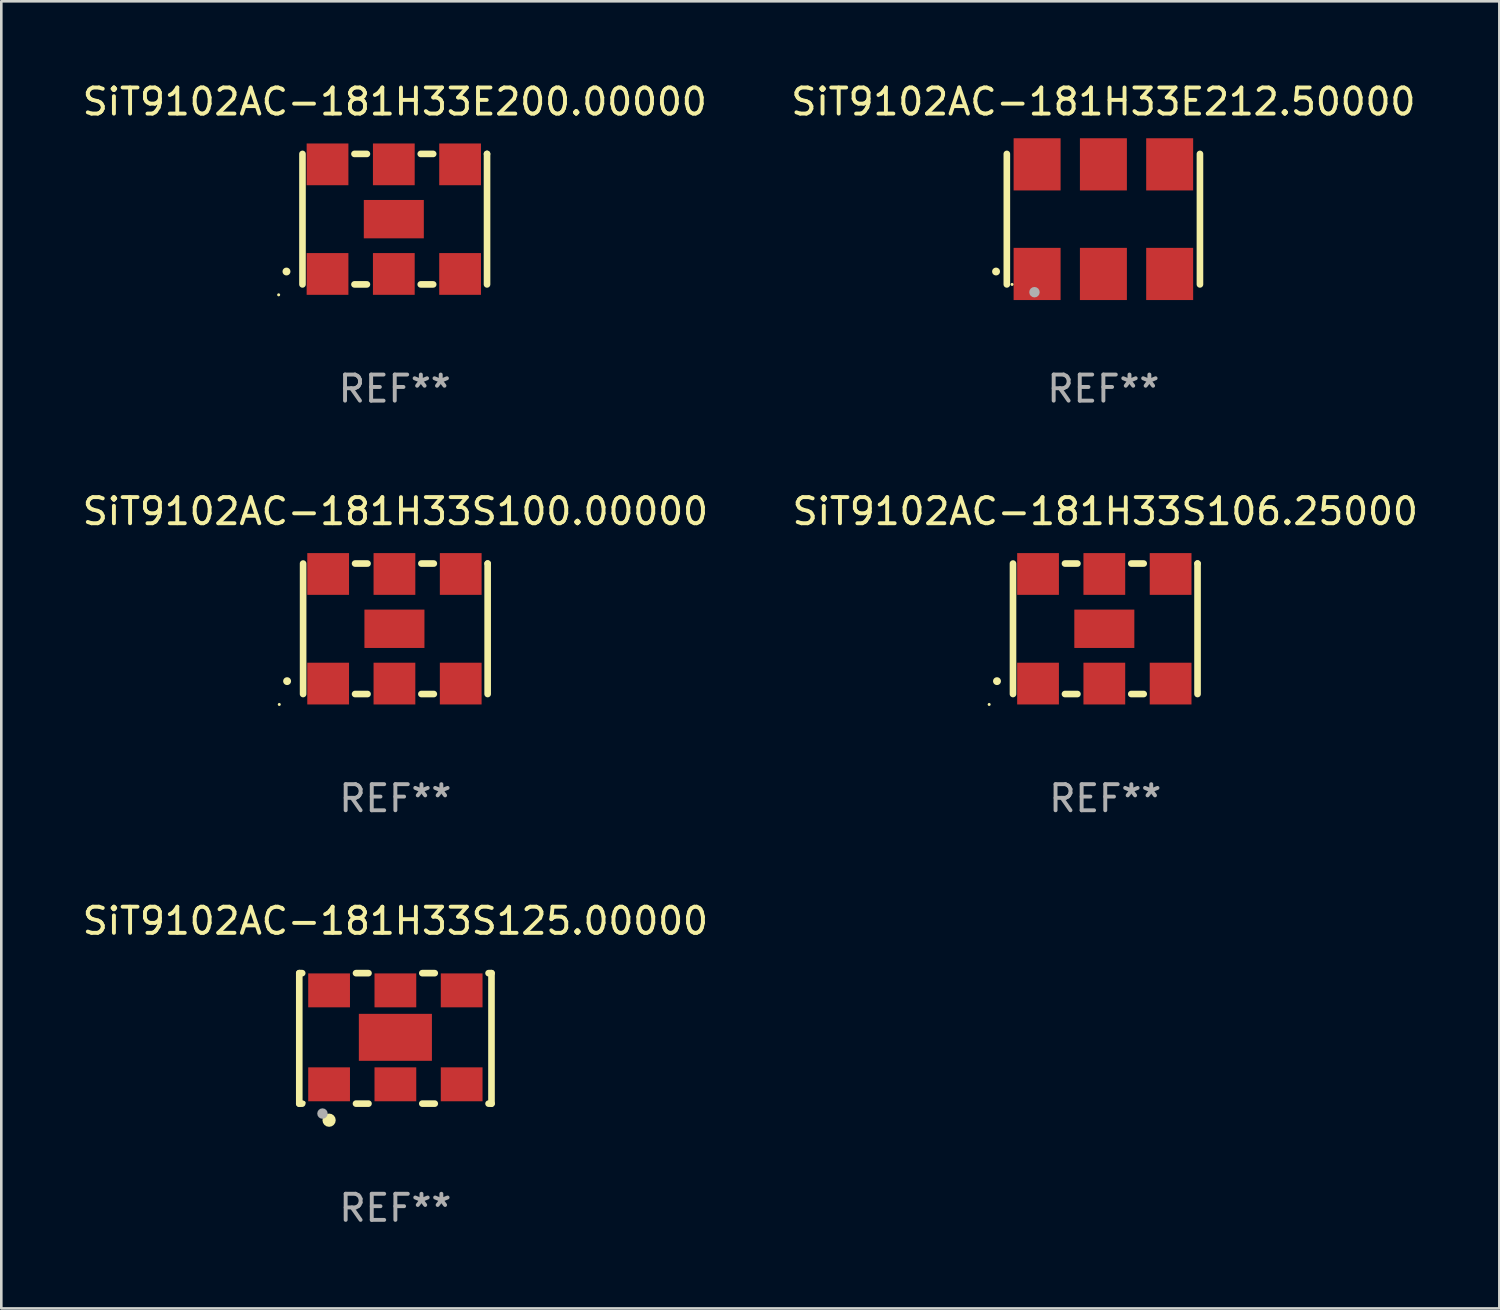
<source format=kicad_pcb>
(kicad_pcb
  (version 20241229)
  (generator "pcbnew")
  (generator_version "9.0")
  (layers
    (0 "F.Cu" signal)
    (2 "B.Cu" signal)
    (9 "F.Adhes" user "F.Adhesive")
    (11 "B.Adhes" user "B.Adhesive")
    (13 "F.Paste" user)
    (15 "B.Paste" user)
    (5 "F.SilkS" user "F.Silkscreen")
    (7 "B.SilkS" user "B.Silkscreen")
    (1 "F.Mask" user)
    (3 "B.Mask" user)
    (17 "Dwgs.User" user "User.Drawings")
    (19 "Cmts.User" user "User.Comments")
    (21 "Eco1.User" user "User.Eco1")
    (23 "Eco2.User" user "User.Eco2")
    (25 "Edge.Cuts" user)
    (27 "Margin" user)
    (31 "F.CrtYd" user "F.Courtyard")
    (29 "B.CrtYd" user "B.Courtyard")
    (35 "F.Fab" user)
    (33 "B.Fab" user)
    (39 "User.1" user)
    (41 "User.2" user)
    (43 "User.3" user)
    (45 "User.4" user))
  (footprint "SiT9102AC-181H33S106.25000"
    (layer "F.Cu")
    (at 39.304 21.045)
    (property "Reference" "SiT9102AC-181H33S106.25000" (at 0 -4.5 0) (layer "F.SilkS") (effects (font (size 1 1) (thickness 0.15))))
    (attr through_hole)
    (fp_line (start -3.536 -2.5) (end -3.536 2.5) (stroke (width 0.254) (type solid)) (layer "F.SilkS"))
    (fp_line (start -1.544 2.5) (end -1.067 2.5) (stroke (width 0.254) (type solid)) (layer "F.SilkS"))
    (fp_line (start -1.067 -2.5) (end -1.544 -2.5) (stroke (width 0.254) (type solid)) (layer "F.SilkS"))
    (fp_line (start 0.996 2.5) (end 1.473 2.5) (stroke (width 0.254) (type solid)) (layer "F.SilkS"))
    (fp_line (start 1.473 -2.5) (end 0.996 -2.5) (stroke (width 0.254) (type solid)) (layer "F.SilkS"))
    (fp_line (start 3.536 -2.5) (end 3.536 -2.5) (stroke (width 0.254) (type solid)) (layer "F.SilkS"))
    (fp_line (start 3.536 2.5) (end 3.536 -2.5) (stroke (width 0.254) (type solid)) (layer "F.SilkS"))
    (fp_arc (start -4.150432 2.006604) (mid -4.149162 2.006599) (end -4.147892 2.006604) (stroke (width 0.3) (type solid)) (layer "F.SilkS"))
    (fp_circle (center -4.449 2.9) (end -4.419 2.9) (stroke (width 0.06) (type solid)) (fill no) (layer "F.SilkS"))
    (fp_text user "REF**" (at 0 6.5 0) (layer "F.Fab") (effects (font (size 1 1) (thickness 0.15))))
    (pad "1" smd rect (at -2.576 2.1) (size 1.6 1.6) (layers "F.Cu" "F.Mask" "F.Paste"))
    (pad "2" smd rect (at -0.036 2.1) (size 1.6 1.6) (layers "F.Cu" "F.Mask" "F.Paste"))
    (pad "3" smd rect (at 2.504 2.1) (size 1.6 1.6) (layers "F.Cu" "F.Mask" "F.Paste"))
    (pad "4" smd rect (at 2.504 -2.1) (size 1.6 1.6) (layers "F.Cu" "F.Mask" "F.Paste"))
    (pad "5" smd rect (at -0.036 -2.1) (size 1.6 1.6) (layers "F.Cu" "F.Mask" "F.Paste"))
    (pad "6" smd rect (at -2.576 -2.1) (size 1.6 1.6) (layers "F.Cu" "F.Mask" "F.Paste"))
    (pad "7" smd rect (at -0.036 0) (size 2.3 1.47) (layers "F.Cu" "F.Mask" "F.Paste")))
  (footprint "SiT9102AC-181H33E200.00000"
    (layer "F.Cu")
    (at 12.077 5.348)
    (property "Reference" "SiT9102AC-181H33E200.00000" (at 0 -4.5 0) (layer "F.SilkS") (effects (font (size 1 1) (thickness 0.15))))
    (attr through_hole)
    (fp_line (start -3.536 -2.5) (end -3.536 2.5) (stroke (width 0.254) (type solid)) (layer "F.SilkS"))
    (fp_line (start -1.544 2.5) (end -1.067 2.5) (stroke (width 0.254) (type solid)) (layer "F.SilkS"))
    (fp_line (start -1.067 -2.5) (end -1.544 -2.5) (stroke (width 0.254) (type solid)) (layer "F.SilkS"))
    (fp_line (start 0.996 2.5) (end 1.473 2.5) (stroke (width 0.254) (type solid)) (layer "F.SilkS"))
    (fp_line (start 1.473 -2.5) (end 0.996 -2.5) (stroke (width 0.254) (type solid)) (layer "F.SilkS"))
    (fp_line (start 3.536 -2.5) (end 3.536 -2.5) (stroke (width 0.254) (type solid)) (layer "F.SilkS"))
    (fp_line (start 3.536 2.5) (end 3.536 -2.5) (stroke (width 0.254) (type solid)) (layer "F.SilkS"))
    (fp_arc (start -4.150432 2.006604) (mid -4.149162 2.006599) (end -4.147892 2.006604) (stroke (width 0.3) (type solid)) (layer "F.SilkS"))
    (fp_circle (center -4.449 2.9) (end -4.419 2.9) (stroke (width 0.06) (type solid)) (fill no) (layer "F.SilkS"))
    (fp_text user "REF**" (at 0 6.5 0) (layer "F.Fab") (effects (font (size 1 1) (thickness 0.15))))
    (pad "1" smd rect (at -2.576 2.1) (size 1.6 1.6) (layers "F.Cu" "F.Mask" "F.Paste"))
    (pad "2" smd rect (at -0.036 2.1) (size 1.6 1.6) (layers "F.Cu" "F.Mask" "F.Paste"))
    (pad "3" smd rect (at 2.504 2.1) (size 1.6 1.6) (layers "F.Cu" "F.Mask" "F.Paste"))
    (pad "4" smd rect (at 2.504 -2.1) (size 1.6 1.6) (layers "F.Cu" "F.Mask" "F.Paste"))
    (pad "5" smd rect (at -0.036 -2.1) (size 1.6 1.6) (layers "F.Cu" "F.Mask" "F.Paste"))
    (pad "6" smd rect (at -2.576 -2.1) (size 1.6 1.6) (layers "F.Cu" "F.Mask" "F.Paste"))
    (pad "7" smd rect (at -0.036 0) (size 2.3 1.47) (layers "F.Cu" "F.Mask" "F.Paste")))
  (footprint "SiT9102AC-181H33E212.50000"
    (layer "F.Cu")
    (at 39.232 5.348)
    (property "Reference" "SiT9102AC-181H33E212.50000" (at 0 -4.5 0) (layer "F.SilkS") (effects (font (size 1 1) (thickness 0.15))))
    (attr through_hole)
    (fp_line (start -3.7 -2.5) (end -3.7 2.5) (stroke (width 0.254) (type solid)) (layer "F.SilkS"))
    (fp_line (start 3.7 -2.5) (end 3.7 2.5) (stroke (width 0.254) (type solid)) (layer "F.SilkS"))
    (fp_arc (start -4.114415 2.006604) (mid -4.113145 2.006599) (end -4.111875 2.006604) (stroke (width 0.3) (type solid)) (layer "F.SilkS"))
    (fp_circle (center -3.5 2.501) (end -3.47 2.501) (stroke (width 0.06) (type solid)) (fill no) (layer "F.SilkS"))
    (fp_circle (center -2.641 2.799) (end -2.541 2.799) (stroke (width 0.2) (type solid)) (fill no) (layer "F.Fab"))
    (fp_text user "REF**" (at 0 6.5 0) (layer "F.Fab") (effects (font (size 1 1) (thickness 0.15))))
    (pad "1" smd rect (at -2.54 2.1) (size 1.8 2) (layers "F.Cu" "F.Mask" "F.Paste"))
    (pad "2" smd rect (at 0.000394 2.1) (size 1.8 2) (layers "F.Cu" "F.Mask" "F.Paste"))
    (pad "3" smd rect (at 2.54 2.1) (size 1.8 2) (layers "F.Cu" "F.Mask" "F.Paste"))
    (pad "4" smd rect (at 2.54 -2.1) (size 1.8 2) (layers "F.Cu" "F.Mask" "F.Paste"))
    (pad "5" smd rect (at 0.000394 -2.1) (size 1.8 2) (layers "F.Cu" "F.Mask" "F.Paste"))
    (pad "6" smd rect (at -2.54 -2.1) (size 1.8 2) (layers "F.Cu" "F.Mask" "F.Paste")))
  (footprint "SiT9102AC-181H33S125.00000"
    (layer "F.Cu")
    (at 12.101 36.741)
    (property "Reference" "SiT9102AC-181H33S125.00000" (at 0 -4.5 0) (layer "F.SilkS") (effects (font (size 1 1) (thickness 0.15))))
    (attr through_hole)
    (fp_line (start -3.683 -2.5) (end -3.571 -2.5) (stroke (width 0.254) (type solid)) (layer "F.SilkS"))
    (fp_line (start -3.683 2.5) (end -3.683 -2.5) (stroke (width 0.254) (type solid)) (layer "F.SilkS"))
    (fp_line (start -3.683 2.5) (end -3.571 2.5) (stroke (width 0.254) (type solid)) (layer "F.SilkS"))
    (fp_line (start -1.509 -2.5) (end -1.031 -2.5) (stroke (width 0.254) (type solid)) (layer "F.SilkS"))
    (fp_line (start -1.509 2.5) (end -1.031 2.5) (stroke (width 0.254) (type solid)) (layer "F.SilkS"))
    (fp_line (start 1.031 -2.5) (end 1.509 -2.5) (stroke (width 0.254) (type solid)) (layer "F.SilkS"))
    (fp_line (start 1.031 2.5) (end 1.509 2.5) (stroke (width 0.254) (type solid)) (layer "F.SilkS"))
    (fp_line (start 3.571 -2.5) (end 3.683 -2.5) (stroke (width 0.254) (type solid)) (layer "F.SilkS"))
    (fp_line (start 3.571 2.5) (end 3.683 2.5) (stroke (width 0.254) (type solid)) (layer "F.SilkS"))
    (fp_line (start 3.683 2.5) (end 3.683 -2.5) (stroke (width 0.254) (type solid)) (layer "F.SilkS"))
    (fp_circle (center -3.5 2.46) (end -3.47 2.46) (stroke (width 0.06) (type solid)) (fill no) (layer "F.SilkS"))
    (fp_circle (center -2.54 3.135) (end -2.413 3.135) (stroke (width 0.254) (type solid)) (fill no) (layer "F.SilkS"))
    (fp_circle (center -2.794 2.881) (end -2.694 2.881) (stroke (width 0.2) (type solid)) (fill no) (layer "F.Fab"))
    (fp_text user "REF**" (at 0 6.5 0) (layer "F.Fab") (effects (font (size 1 1) (thickness 0.15))))
    (pad "1" smd rect (at -2.54 1.76) (size 1.6 1.3) (layers "F.Cu" "F.Mask" "F.Paste"))
    (pad "2" smd rect (at 0 1.76) (size 1.6 1.3) (layers "F.Cu" "F.Mask" "F.Paste"))
    (pad "3" smd rect (at 2.54 1.76) (size 1.6 1.3) (layers "F.Cu" "F.Mask" "F.Paste"))
    (pad "4" smd rect (at 2.54 -1.84) (size 1.6 1.3) (layers "F.Cu" "F.Mask" "F.Paste"))
    (pad "5" smd rect (at 0 -1.84) (size 1.6 1.3) (layers "F.Cu" "F.Mask" "F.Paste"))
    (pad "6" smd rect (at -2.54 -1.84) (size 1.6 1.3) (layers "F.Cu" "F.Mask" "F.Paste"))
    (pad "7" smd rect (at 0 -0.04) (size 2.8 1.8) (layers "F.Cu" "F.Mask" "F.Paste")))
  (footprint "SiT9102AC-181H33S100.00000"
    (layer "F.Cu")
    (at 12.101 21.045)
    (property "Reference" "SiT9102AC-181H33S100.00000" (at 0 -4.5 0) (layer "F.SilkS") (effects (font (size 1 1) (thickness 0.15))))
    (attr through_hole)
    (fp_line (start -3.536 -2.5) (end -3.536 2.5) (stroke (width 0.254) (type solid)) (layer "F.SilkS"))
    (fp_line (start -1.544 2.5) (end -1.067 2.5) (stroke (width 0.254) (type solid)) (layer "F.SilkS"))
    (fp_line (start -1.067 -2.5) (end -1.544 -2.5) (stroke (width 0.254) (type solid)) (layer "F.SilkS"))
    (fp_line (start 0.996 2.5) (end 1.473 2.5) (stroke (width 0.254) (type solid)) (layer "F.SilkS"))
    (fp_line (start 1.473 -2.5) (end 0.996 -2.5) (stroke (width 0.254) (type solid)) (layer "F.SilkS"))
    (fp_line (start 3.536 -2.5) (end 3.536 -2.5) (stroke (width 0.254) (type solid)) (layer "F.SilkS"))
    (fp_line (start 3.536 2.5) (end 3.536 -2.5) (stroke (width 0.254) (type solid)) (layer "F.SilkS"))
    (fp_arc (start -4.150432 2.006604) (mid -4.149162 2.006599) (end -4.147892 2.006604) (stroke (width 0.3) (type solid)) (layer "F.SilkS"))
    (fp_circle (center -4.449 2.9) (end -4.419 2.9) (stroke (width 0.06) (type solid)) (fill no) (layer "F.SilkS"))
    (fp_text user "REF**" (at 0 6.5 0) (layer "F.Fab") (effects (font (size 1 1) (thickness 0.15))))
    (pad "1" smd rect (at -2.576 2.1) (size 1.6 1.6) (layers "F.Cu" "F.Mask" "F.Paste"))
    (pad "2" smd rect (at -0.036 2.1) (size 1.6 1.6) (layers "F.Cu" "F.Mask" "F.Paste"))
    (pad "3" smd rect (at 2.504 2.1) (size 1.6 1.6) (layers "F.Cu" "F.Mask" "F.Paste"))
    (pad "4" smd rect (at 2.504 -2.1) (size 1.6 1.6) (layers "F.Cu" "F.Mask" "F.Paste"))
    (pad "5" smd rect (at -0.036 -2.1) (size 1.6 1.6) (layers "F.Cu" "F.Mask" "F.Paste"))
    (pad "6" smd rect (at -2.576 -2.1) (size 1.6 1.6) (layers "F.Cu" "F.Mask" "F.Paste"))
    (pad "7" smd rect (at -0.036 0) (size 2.3 1.47) (layers "F.Cu" "F.Mask" "F.Paste")))
  (gr_rect
    (start -3 -3)
    (end 54.405 47.09)
    (stroke (width 0.1) (type default))
    (fill no)
    (layer "Edge.Cuts")))
</source>
